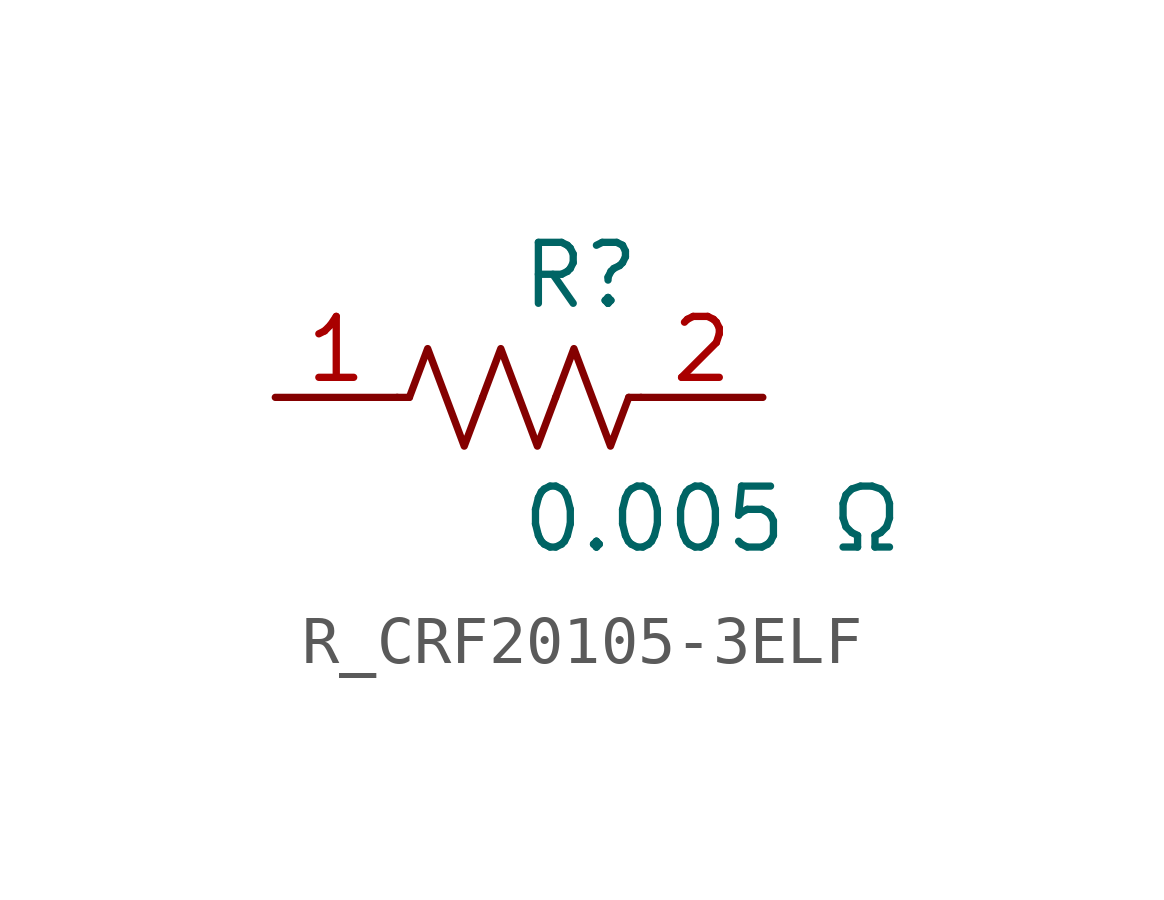
<source format=kicad_sym>
(kicad_symbol_lib
  (version 20231120)
  (generator kicad_symbol_editor)
  (generator_version 8.0)
  (symbol "R_CRF20105-3ELF"
    (pin_names
      (offset 0.254))
    (property "Reference" "R"
      (at 0 2.54 0)
      (effects (font (size 1.27 1.27)) (justify left)))
    (property "Value" "0.005 Ω"
      (at 0 -2.54 0)
      (effects (font (size 1.27 1.27)) (justify left)))
    (symbol "R_CRF20105-3ELF_0_1"
      (polyline (pts (xy 2.286 0) (xy 2.54 0)) (stroke (width 0) (type default)) (fill (type none)))
      (polyline (pts (xy -2.286 0) (xy -2.54 0)) (stroke (width 0) (type default)) (fill (type none)))
      (polyline (pts (xy 0.762 0) (xy 1.143 1.016) (xy 1.524 0) (xy 1.905 -1.016) (xy 2.286 0)) (stroke (width 0) (type default)) (fill (type none)))
      (polyline (pts (xy -0.762 0) (xy -0.381 1.016) (xy 0 0) (xy 0.381 -1.016) (xy 0.762 0)) (stroke (width 0) (type default)) (fill (type none)))
      (polyline (pts (xy -2.286 0) (xy -1.905 1.016) (xy -1.524 0) (xy -1.143 -1.016) (xy -0.762 0)) (stroke (width 0) (type default)) (fill (type none))))
    (pin unspecified line
      (at -5.08 0 0)
      (length 2.54)
      (name "" (effects (font (size 1.27 1.27))))
      (number "1" (effects (font (size 1.27 1.27)))))
    (pin unspecified line
      (at 5.08 0 180)
      (length 2.54)
      (name "" (effects (font (size 1.27 1.27))))
      (number "2" (effects (font (size 1.27 1.27)))))))
</source>
